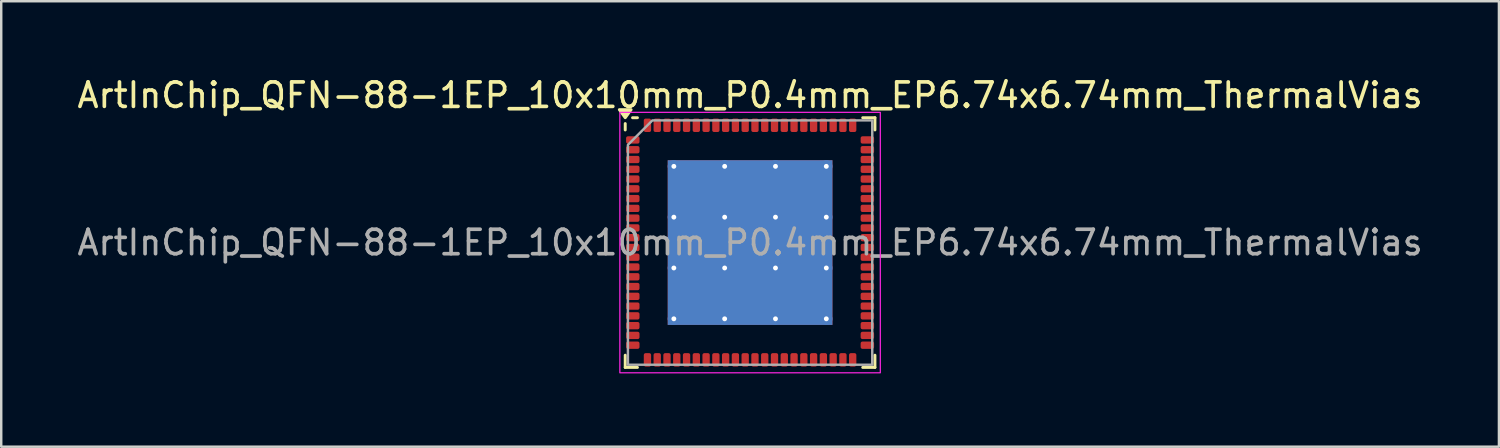
<source format=kicad_pcb>
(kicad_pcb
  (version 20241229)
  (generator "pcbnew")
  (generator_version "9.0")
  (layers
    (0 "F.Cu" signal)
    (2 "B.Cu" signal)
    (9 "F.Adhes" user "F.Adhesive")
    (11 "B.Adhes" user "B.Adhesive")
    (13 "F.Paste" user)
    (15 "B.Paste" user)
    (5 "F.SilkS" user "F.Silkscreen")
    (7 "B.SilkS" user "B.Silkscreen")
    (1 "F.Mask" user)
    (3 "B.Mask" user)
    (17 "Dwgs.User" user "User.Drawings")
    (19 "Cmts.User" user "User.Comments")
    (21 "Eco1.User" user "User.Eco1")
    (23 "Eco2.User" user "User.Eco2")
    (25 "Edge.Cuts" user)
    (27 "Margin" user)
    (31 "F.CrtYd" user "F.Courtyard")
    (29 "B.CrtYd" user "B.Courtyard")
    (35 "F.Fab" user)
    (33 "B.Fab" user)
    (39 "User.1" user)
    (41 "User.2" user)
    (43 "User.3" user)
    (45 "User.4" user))
  (footprint "ArtInChip_QFN-88-1EP_10x10mm_P0.4mm_EP6.74x6.74mm_ThermalVias"
    (layer "F.Cu")
    (at 27.649 6.878)
    (property "Reference" "ArtInChip_QFN-88-1EP_10x10mm_P0.4mm_EP6.74x6.74mm_ThermalVias" (at 0 -6.03 0) (layer "F.SilkS") (effects (font (size 1 1) (thickness 0.15))))
    (attr smd)
    (fp_line (start -5.11 -4.61) (end -5.11 -4.87) (stroke (width 0.12) (type solid)) (layer "F.SilkS"))
    (fp_line (start -5.11 5.11) (end -5.11 4.61) (stroke (width 0.12) (type solid)) (layer "F.SilkS"))
    (fp_line (start -4.61 -5.11) (end -4.81 -5.11) (stroke (width 0.12) (type solid)) (layer "F.SilkS"))
    (fp_line (start -4.61 5.11) (end -5.11 5.11) (stroke (width 0.12) (type solid)) (layer "F.SilkS"))
    (fp_line (start 4.61 -5.11) (end 5.11 -5.11) (stroke (width 0.12) (type solid)) (layer "F.SilkS"))
    (fp_line (start 4.61 5.11) (end 5.11 5.11) (stroke (width 0.12) (type solid)) (layer "F.SilkS"))
    (fp_line (start 5.11 -5.11) (end 5.11 -4.61) (stroke (width 0.12) (type solid)) (layer "F.SilkS"))
    (fp_line (start 5.11 5.11) (end 5.11 4.61) (stroke (width 0.12) (type solid)) (layer "F.SilkS"))
    (fp_poly (pts (xy -5.11 -5.11) (xy -5.35 -5.44) (xy -4.87 -5.44)) (stroke (width 0.12) (type solid)) (fill yes) (layer "F.SilkS"))
    (fp_rect (start -5.33 -5.33) (end 5.33 5.33) (stroke (width 0.05) (type solid)) (fill no) (layer "F.CrtYd"))
    (fp_poly (pts (xy -5 -4) (xy -5 5) (xy 5 5) (xy 5 -5) (xy -4 -5)) (stroke (width 0.1) (type solid)) (fill no) (layer "F.Fab"))
    (fp_text user "${REFERENCE}" (at 0 0 0) (layer "F.Fab") (effects (font (size 1 1) (thickness 0.15))))
    (pad "" smd roundrect (at -2.08 -2.08) (size 1.74 1.74) (layers "F.Paste") (roundrect_rratio 0.144))
    (pad "" smd roundrect (at -2.08 0) (size 1.74 1.74) (layers "F.Paste") (roundrect_rratio 0.144))
    (pad "" smd roundrect (at -2.08 2.08) (size 1.74 1.74) (layers "F.Paste") (roundrect_rratio 0.144))
    (pad "" smd roundrect (at 0 -2.08) (size 1.74 1.74) (layers "F.Paste") (roundrect_rratio 0.144))
    (pad "" smd roundrect (at 0 0) (size 1.74 1.74) (layers "F.Paste") (roundrect_rratio 0.144))
    (pad "" smd roundrect (at 0 2.08) (size 1.74 1.74) (layers "F.Paste") (roundrect_rratio 0.144))
    (pad "" smd roundrect (at 2.08 -2.08) (size 1.74 1.74) (layers "F.Paste") (roundrect_rratio 0.144))
    (pad "" smd roundrect (at 2.08 0) (size 1.74 1.74) (layers "F.Paste") (roundrect_rratio 0.144))
    (pad "" smd roundrect (at 2.08 2.08) (size 1.74 1.74) (layers "F.Paste") (roundrect_rratio 0.144))
    (pad "1" smd roundrect (at -4.8 -4.2) (size 0.55 0.3) (layers "F.Cu" "F.Mask" "F.Paste") (roundrect_rratio 0.25))
    (pad "2" smd roundrect (at -4.8 -3.8) (size 0.55 0.3) (layers "F.Cu" "F.Mask" "F.Paste") (roundrect_rratio 0.25))
    (pad "3" smd roundrect (at -4.8 -3.4) (size 0.55 0.3) (layers "F.Cu" "F.Mask" "F.Paste") (roundrect_rratio 0.25))
    (pad "4" smd roundrect (at -4.8 -3) (size 0.55 0.3) (layers "F.Cu" "F.Mask" "F.Paste") (roundrect_rratio 0.25))
    (pad "5" smd roundrect (at -4.8 -2.6) (size 0.55 0.3) (layers "F.Cu" "F.Mask" "F.Paste") (roundrect_rratio 0.25))
    (pad "6" smd roundrect (at -4.8 -2.2) (size 0.55 0.3) (layers "F.Cu" "F.Mask" "F.Paste") (roundrect_rratio 0.25))
    (pad "7" smd roundrect (at -4.8 -1.8) (size 0.55 0.3) (layers "F.Cu" "F.Mask" "F.Paste") (roundrect_rratio 0.25))
    (pad "8" smd roundrect (at -4.8 -1.4) (size 0.55 0.3) (layers "F.Cu" "F.Mask" "F.Paste") (roundrect_rratio 0.25))
    (pad "9" smd roundrect (at -4.8 -1) (size 0.55 0.3) (layers "F.Cu" "F.Mask" "F.Paste") (roundrect_rratio 0.25))
    (pad "10" smd roundrect (at -4.8 -0.6) (size 0.55 0.3) (layers "F.Cu" "F.Mask" "F.Paste") (roundrect_rratio 0.25))
    (pad "11" smd roundrect (at -4.8 -0.2) (size 0.55 0.3) (layers "F.Cu" "F.Mask" "F.Paste") (roundrect_rratio 0.25))
    (pad "12" smd roundrect (at -4.8 0.2) (size 0.55 0.3) (layers "F.Cu" "F.Mask" "F.Paste") (roundrect_rratio 0.25))
    (pad "13" smd roundrect (at -4.8 0.6) (size 0.55 0.3) (layers "F.Cu" "F.Mask" "F.Paste") (roundrect_rratio 0.25))
    (pad "14" smd roundrect (at -4.8 1) (size 0.55 0.3) (layers "F.Cu" "F.Mask" "F.Paste") (roundrect_rratio 0.25))
    (pad "15" smd roundrect (at -4.8 1.4) (size 0.55 0.3) (layers "F.Cu" "F.Mask" "F.Paste") (roundrect_rratio 0.25))
    (pad "16" smd roundrect (at -4.8 1.8) (size 0.55 0.3) (layers "F.Cu" "F.Mask" "F.Paste") (roundrect_rratio 0.25))
    (pad "17" smd roundrect (at -4.8 2.2) (size 0.55 0.3) (layers "F.Cu" "F.Mask" "F.Paste") (roundrect_rratio 0.25))
    (pad "18" smd roundrect (at -4.8 2.6) (size 0.55 0.3) (layers "F.Cu" "F.Mask" "F.Paste") (roundrect_rratio 0.25))
    (pad "19" smd roundrect (at -4.8 3) (size 0.55 0.3) (layers "F.Cu" "F.Mask" "F.Paste") (roundrect_rratio 0.25))
    (pad "20" smd roundrect (at -4.8 3.4) (size 0.55 0.3) (layers "F.Cu" "F.Mask" "F.Paste") (roundrect_rratio 0.25))
    (pad "21" smd roundrect (at -4.8 3.8) (size 0.55 0.3) (layers "F.Cu" "F.Mask" "F.Paste") (roundrect_rratio 0.25))
    (pad "22" smd roundrect (at -4.8 4.2) (size 0.55 0.3) (layers "F.Cu" "F.Mask" "F.Paste") (roundrect_rratio 0.25))
    (pad "23" smd roundrect (at -4.2 4.8) (size 0.3 0.55) (layers "F.Cu" "F.Mask" "F.Paste") (roundrect_rratio 0.25))
    (pad "24" smd roundrect (at -3.8 4.8) (size 0.3 0.55) (layers "F.Cu" "F.Mask" "F.Paste") (roundrect_rratio 0.25))
    (pad "25" smd roundrect (at -3.4 4.8) (size 0.3 0.55) (layers "F.Cu" "F.Mask" "F.Paste") (roundrect_rratio 0.25))
    (pad "26" smd roundrect (at -3 4.8) (size 0.3 0.55) (layers "F.Cu" "F.Mask" "F.Paste") (roundrect_rratio 0.25))
    (pad "27" smd roundrect (at -2.6 4.8) (size 0.3 0.55) (layers "F.Cu" "F.Mask" "F.Paste") (roundrect_rratio 0.25))
    (pad "28" smd roundrect (at -2.2 4.8) (size 0.3 0.55) (layers "F.Cu" "F.Mask" "F.Paste") (roundrect_rratio 0.25))
    (pad "29" smd roundrect (at -1.8 4.8) (size 0.3 0.55) (layers "F.Cu" "F.Mask" "F.Paste") (roundrect_rratio 0.25))
    (pad "30" smd roundrect (at -1.4 4.8) (size 0.3 0.55) (layers "F.Cu" "F.Mask" "F.Paste") (roundrect_rratio 0.25))
    (pad "31" smd roundrect (at -1 4.8) (size 0.3 0.55) (layers "F.Cu" "F.Mask" "F.Paste") (roundrect_rratio 0.25))
    (pad "32" smd roundrect (at -0.6 4.8) (size 0.3 0.55) (layers "F.Cu" "F.Mask" "F.Paste") (roundrect_rratio 0.25))
    (pad "33" smd roundrect (at -0.2 4.8) (size 0.3 0.55) (layers "F.Cu" "F.Mask" "F.Paste") (roundrect_rratio 0.25))
    (pad "34" smd roundrect (at 0.2 4.8) (size 0.3 0.55) (layers "F.Cu" "F.Mask" "F.Paste") (roundrect_rratio 0.25))
    (pad "35" smd roundrect (at 0.6 4.8) (size 0.3 0.55) (layers "F.Cu" "F.Mask" "F.Paste") (roundrect_rratio 0.25))
    (pad "36" smd roundrect (at 1 4.8) (size 0.3 0.55) (layers "F.Cu" "F.Mask" "F.Paste") (roundrect_rratio 0.25))
    (pad "37" smd roundrect (at 1.4 4.8) (size 0.3 0.55) (layers "F.Cu" "F.Mask" "F.Paste") (roundrect_rratio 0.25))
    (pad "38" smd roundrect (at 1.8 4.8) (size 0.3 0.55) (layers "F.Cu" "F.Mask" "F.Paste") (roundrect_rratio 0.25))
    (pad "39" smd roundrect (at 2.2 4.8) (size 0.3 0.55) (layers "F.Cu" "F.Mask" "F.Paste") (roundrect_rratio 0.25))
    (pad "40" smd roundrect (at 2.6 4.8) (size 0.3 0.55) (layers "F.Cu" "F.Mask" "F.Paste") (roundrect_rratio 0.25))
    (pad "41" smd roundrect (at 3 4.8) (size 0.3 0.55) (layers "F.Cu" "F.Mask" "F.Paste") (roundrect_rratio 0.25))
    (pad "42" smd roundrect (at 3.4 4.8) (size 0.3 0.55) (layers "F.Cu" "F.Mask" "F.Paste") (roundrect_rratio 0.25))
    (pad "43" smd roundrect (at 3.8 4.8) (size 0.3 0.55) (layers "F.Cu" "F.Mask" "F.Paste") (roundrect_rratio 0.25))
    (pad "44" smd roundrect (at 4.2 4.8) (size 0.3 0.55) (layers "F.Cu" "F.Mask" "F.Paste") (roundrect_rratio 0.25))
    (pad "45" smd roundrect (at 4.8 4.2) (size 0.55 0.3) (layers "F.Cu" "F.Mask" "F.Paste") (roundrect_rratio 0.25))
    (pad "46" smd roundrect (at 4.8 3.8) (size 0.55 0.3) (layers "F.Cu" "F.Mask" "F.Paste") (roundrect_rratio 0.25))
    (pad "47" smd roundrect (at 4.8 3.4) (size 0.55 0.3) (layers "F.Cu" "F.Mask" "F.Paste") (roundrect_rratio 0.25))
    (pad "48" smd roundrect (at 4.8 3) (size 0.55 0.3) (layers "F.Cu" "F.Mask" "F.Paste") (roundrect_rratio 0.25))
    (pad "49" smd roundrect (at 4.8 2.6) (size 0.55 0.3) (layers "F.Cu" "F.Mask" "F.Paste") (roundrect_rratio 0.25))
    (pad "50" smd roundrect (at 4.8 2.2) (size 0.55 0.3) (layers "F.Cu" "F.Mask" "F.Paste") (roundrect_rratio 0.25))
    (pad "51" smd roundrect (at 4.8 1.8) (size 0.55 0.3) (layers "F.Cu" "F.Mask" "F.Paste") (roundrect_rratio 0.25))
    (pad "52" smd roundrect (at 4.8 1.4) (size 0.55 0.3) (layers "F.Cu" "F.Mask" "F.Paste") (roundrect_rratio 0.25))
    (pad "53" smd roundrect (at 4.8 1) (size 0.55 0.3) (layers "F.Cu" "F.Mask" "F.Paste") (roundrect_rratio 0.25))
    (pad "54" smd roundrect (at 4.8 0.6) (size 0.55 0.3) (layers "F.Cu" "F.Mask" "F.Paste") (roundrect_rratio 0.25))
    (pad "55" smd roundrect (at 4.8 0.2) (size 0.55 0.3) (layers "F.Cu" "F.Mask" "F.Paste") (roundrect_rratio 0.25))
    (pad "56" smd roundrect (at 4.8 -0.2) (size 0.55 0.3) (layers "F.Cu" "F.Mask" "F.Paste") (roundrect_rratio 0.25))
    (pad "57" smd roundrect (at 4.8 -0.6) (size 0.55 0.3) (layers "F.Cu" "F.Mask" "F.Paste") (roundrect_rratio 0.25))
    (pad "58" smd roundrect (at 4.8 -1) (size 0.55 0.3) (layers "F.Cu" "F.Mask" "F.Paste") (roundrect_rratio 0.25))
    (pad "59" smd roundrect (at 4.8 -1.4) (size 0.55 0.3) (layers "F.Cu" "F.Mask" "F.Paste") (roundrect_rratio 0.25))
    (pad "60" smd roundrect (at 4.8 -1.8) (size 0.55 0.3) (layers "F.Cu" "F.Mask" "F.Paste") (roundrect_rratio 0.25))
    (pad "61" smd roundrect (at 4.8 -2.2) (size 0.55 0.3) (layers "F.Cu" "F.Mask" "F.Paste") (roundrect_rratio 0.25))
    (pad "62" smd roundrect (at 4.8 -2.6) (size 0.55 0.3) (layers "F.Cu" "F.Mask" "F.Paste") (roundrect_rratio 0.25))
    (pad "63" smd roundrect (at 4.8 -3) (size 0.55 0.3) (layers "F.Cu" "F.Mask" "F.Paste") (roundrect_rratio 0.25))
    (pad "64" smd roundrect (at 4.8 -3.4) (size 0.55 0.3) (layers "F.Cu" "F.Mask" "F.Paste") (roundrect_rratio 0.25))
    (pad "65" smd roundrect (at 4.8 -3.8) (size 0.55 0.3) (layers "F.Cu" "F.Mask" "F.Paste") (roundrect_rratio 0.25))
    (pad "66" smd roundrect (at 4.8 -4.2) (size 0.55 0.3) (layers "F.Cu" "F.Mask" "F.Paste") (roundrect_rratio 0.25))
    (pad "67" smd roundrect (at 4.2 -4.8) (size 0.3 0.55) (layers "F.Cu" "F.Mask" "F.Paste") (roundrect_rratio 0.25))
    (pad "68" smd roundrect (at 3.8 -4.8) (size 0.3 0.55) (layers "F.Cu" "F.Mask" "F.Paste") (roundrect_rratio 0.25))
    (pad "69" smd roundrect (at 3.4 -4.8) (size 0.3 0.55) (layers "F.Cu" "F.Mask" "F.Paste") (roundrect_rratio 0.25))
    (pad "70" smd roundrect (at 3 -4.8) (size 0.3 0.55) (layers "F.Cu" "F.Mask" "F.Paste") (roundrect_rratio 0.25))
    (pad "71" smd roundrect (at 2.6 -4.8) (size 0.3 0.55) (layers "F.Cu" "F.Mask" "F.Paste") (roundrect_rratio 0.25))
    (pad "72" smd roundrect (at 2.2 -4.8) (size 0.3 0.55) (layers "F.Cu" "F.Mask" "F.Paste") (roundrect_rratio 0.25))
    (pad "73" smd roundrect (at 1.8 -4.8) (size 0.3 0.55) (layers "F.Cu" "F.Mask" "F.Paste") (roundrect_rratio 0.25))
    (pad "74" smd roundrect (at 1.4 -4.8) (size 0.3 0.55) (layers "F.Cu" "F.Mask" "F.Paste") (roundrect_rratio 0.25))
    (pad "75" smd roundrect (at 1 -4.8) (size 0.3 0.55) (layers "F.Cu" "F.Mask" "F.Paste") (roundrect_rratio 0.25))
    (pad "76" smd roundrect (at 0.6 -4.8) (size 0.3 0.55) (layers "F.Cu" "F.Mask" "F.Paste") (roundrect_rratio 0.25))
    (pad "77" smd roundrect (at 0.2 -4.8) (size 0.3 0.55) (layers "F.Cu" "F.Mask" "F.Paste") (roundrect_rratio 0.25))
    (pad "78" smd roundrect (at -0.2 -4.8) (size 0.3 0.55) (layers "F.Cu" "F.Mask" "F.Paste") (roundrect_rratio 0.25))
    (pad "79" smd roundrect (at -0.6 -4.8) (size 0.3 0.55) (layers "F.Cu" "F.Mask" "F.Paste") (roundrect_rratio 0.25))
    (pad "80" smd roundrect (at -1 -4.8) (size 0.3 0.55) (layers "F.Cu" "F.Mask" "F.Paste") (roundrect_rratio 0.25))
    (pad "81" smd roundrect (at -1.4 -4.8) (size 0.3 0.55) (layers "F.Cu" "F.Mask" "F.Paste") (roundrect_rratio 0.25))
    (pad "82" smd roundrect (at -1.8 -4.8) (size 0.3 0.55) (layers "F.Cu" "F.Mask" "F.Paste") (roundrect_rratio 0.25))
    (pad "83" smd roundrect (at -2.2 -4.8) (size 0.3 0.55) (layers "F.Cu" "F.Mask" "F.Paste") (roundrect_rratio 0.25))
    (pad "84" smd roundrect (at -2.6 -4.8) (size 0.3 0.55) (layers "F.Cu" "F.Mask" "F.Paste") (roundrect_rratio 0.25))
    (pad "85" smd roundrect (at -3 -4.8) (size 0.3 0.55) (layers "F.Cu" "F.Mask" "F.Paste") (roundrect_rratio 0.25))
    (pad "86" smd roundrect (at -3.4 -4.8) (size 0.3 0.55) (layers "F.Cu" "F.Mask" "F.Paste") (roundrect_rratio 0.25))
    (pad "87" smd roundrect (at -3.8 -4.8) (size 0.3 0.55) (layers "F.Cu" "F.Mask" "F.Paste") (roundrect_rratio 0.25))
    (pad "88" smd roundrect (at -4.2 -4.8) (size 0.3 0.55) (layers "F.Cu" "F.Mask" "F.Paste") (roundrect_rratio 0.25))
    (pad "89" thru_hole circle (at -3.12 -3.12) (size 0.5 0.5) (drill 0.2) (property pad_prop_heatsink) (layers "*.Cu"))
    (pad "89" thru_hole circle (at -3.12 -1.04) (size 0.5 0.5) (drill 0.2) (property pad_prop_heatsink) (layers "*.Cu"))
    (pad "89" thru_hole circle (at -3.12 1.04) (size 0.5 0.5) (drill 0.2) (property pad_prop_heatsink) (layers "*.Cu"))
    (pad "89" thru_hole circle (at -3.12 3.12) (size 0.5 0.5) (drill 0.2) (property pad_prop_heatsink) (layers "*.Cu"))
    (pad "89" thru_hole circle (at -1.04 -3.12) (size 0.5 0.5) (drill 0.2) (property pad_prop_heatsink) (layers "*.Cu"))
    (pad "89" thru_hole circle (at -1.04 -1.04) (size 0.5 0.5) (drill 0.2) (property pad_prop_heatsink) (layers "*.Cu"))
    (pad "89" thru_hole circle (at -1.04 1.04) (size 0.5 0.5) (drill 0.2) (property pad_prop_heatsink) (layers "*.Cu"))
    (pad "89" thru_hole circle (at -1.04 3.12) (size 0.5 0.5) (drill 0.2) (property pad_prop_heatsink) (layers "*.Cu"))
    (pad "89" smd rect (at 0 0) (size 6.74 6.74) (property pad_prop_heatsink) (layers "F.Cu" "F.Mask"))
    (pad "89" smd rect (at 0 0) (size 6.74 6.74) (property pad_prop_heatsink) (layers "B.Cu"))
    (pad "89" thru_hole circle (at 1.04 -3.12) (size 0.5 0.5) (drill 0.2) (property pad_prop_heatsink) (layers "*.Cu"))
    (pad "89" thru_hole circle (at 1.04 -1.04) (size 0.5 0.5) (drill 0.2) (property pad_prop_heatsink) (layers "*.Cu"))
    (pad "89" thru_hole circle (at 1.04 1.04) (size 0.5 0.5) (drill 0.2) (property pad_prop_heatsink) (layers "*.Cu"))
    (pad "89" thru_hole circle (at 1.04 3.12) (size 0.5 0.5) (drill 0.2) (property pad_prop_heatsink) (layers "*.Cu"))
    (pad "89" thru_hole circle (at 3.12 -3.12) (size 0.5 0.5) (drill 0.2) (property pad_prop_heatsink) (layers "*.Cu"))
    (pad "89" thru_hole circle (at 3.12 -1.04) (size 0.5 0.5) (drill 0.2) (property pad_prop_heatsink) (layers "*.Cu"))
    (pad "89" thru_hole circle (at 3.12 1.04) (size 0.5 0.5) (drill 0.2) (property pad_prop_heatsink) (layers "*.Cu"))
    (pad "89" thru_hole circle (at 3.12 3.12) (size 0.5 0.5) (drill 0.2) (property pad_prop_heatsink) (layers "*.Cu")))
  (gr_rect
    (start -3 -3)
    (end 58.298 15.233)
    (stroke (width 0.1) (type default))
    (fill no)
    (layer "Edge.Cuts")))
</source>
